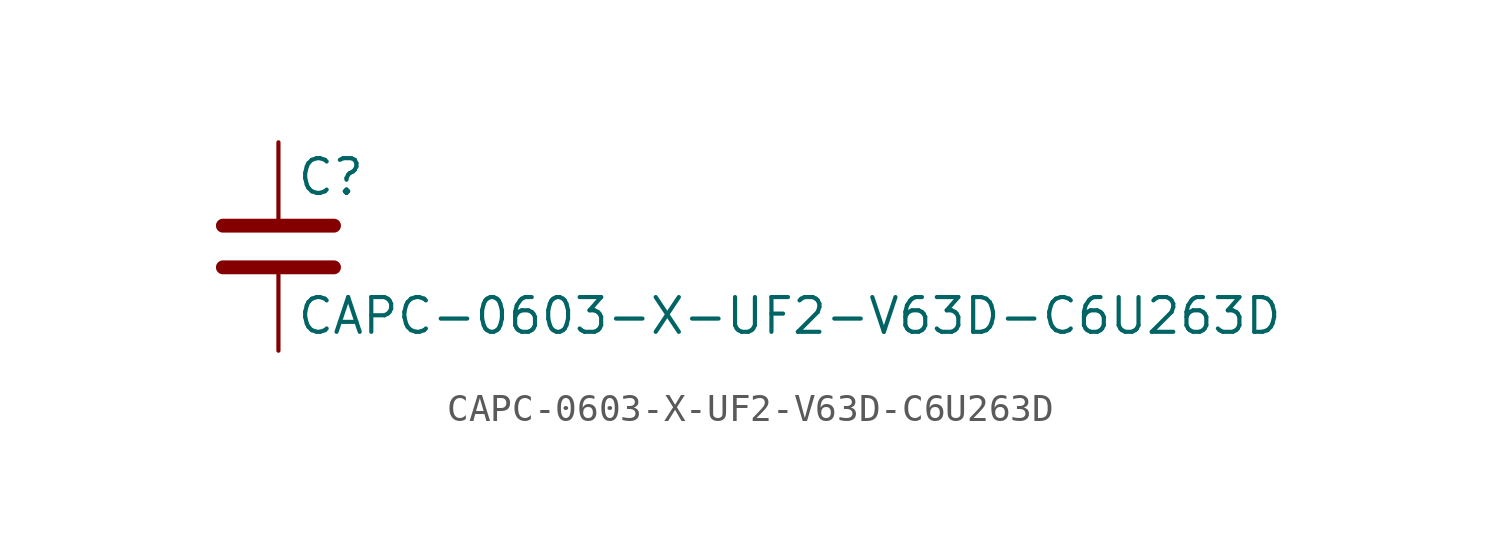
<source format=kicad_sym>
(kicad_symbol_lib
  (version 20211014)
  (generator kicad_symbol_editor)
  (symbol "CAPC-0603-X-UF2-V63D-C6U263D"
    (pin_numbers hide)
    (pin_names
      (offset 0.254))
    (property "Reference" "C"
      (at 0.635 2.54 0)
      (effects (font (size 1.27 1.27)) (justify left)))
    (property "Value" "CAPC-0603-X-UF2-V63D-C6U263D"
      (at 0.635 -2.54 0)
      (effects (font (size 1.27 1.27)) (justify left)))
    (symbol "CAPC-0603-X-UF2-V63D-C6U263D_0_1"
      (polyline (pts (xy -2.032 -0.762) (xy 2.032 -0.762)) (stroke (width 0.508) (type default) (color 0 0 0 0)) (fill (type none)))
      (polyline (pts (xy -2.032 0.762) (xy 2.032 0.762)) (stroke (width 0.508) (type default) (color 0 0 0 0)) (fill (type none))))
    (symbol "CAPC-0603-X-UF2-V63D-C6U263D_1_1"
      (pin passive line (at 0 3.81 270) (length 2.794) (name "~" (effects (font (size 1.27 1.27)))) (number "1" (effects (font (size 1.27 1.27)))))
      (pin passive line (at 0 -3.81 90) (length 2.794) (name "~" (effects (font (size 1.27 1.27)))) (number "2" (effects (font (size 1.27 1.27))))))))
</source>
